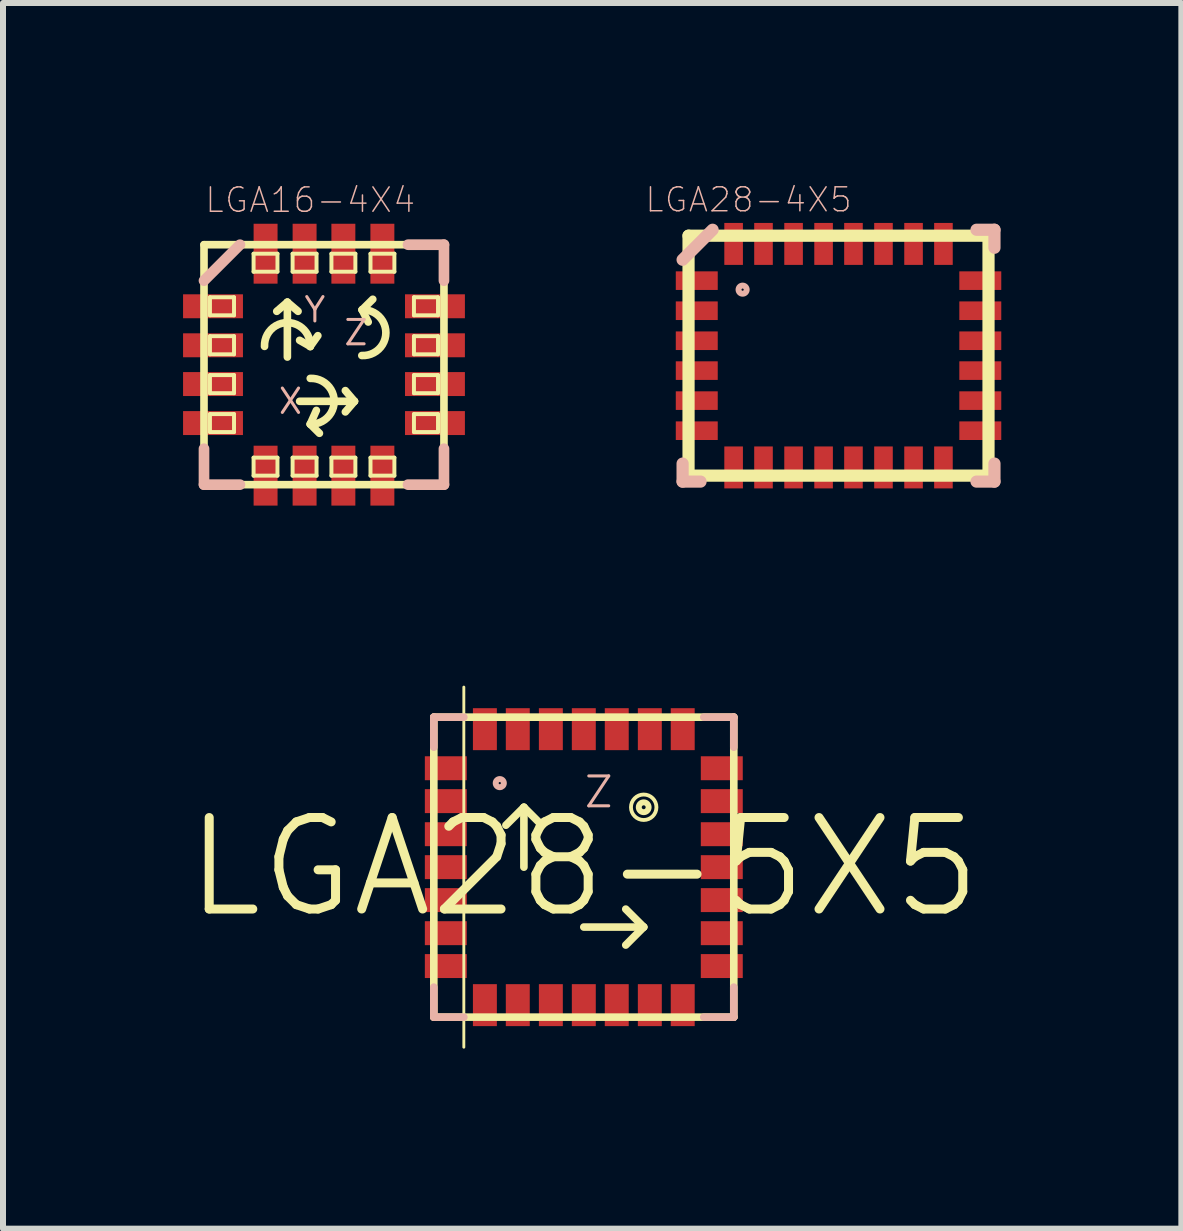
<source format=kicad_pcb>
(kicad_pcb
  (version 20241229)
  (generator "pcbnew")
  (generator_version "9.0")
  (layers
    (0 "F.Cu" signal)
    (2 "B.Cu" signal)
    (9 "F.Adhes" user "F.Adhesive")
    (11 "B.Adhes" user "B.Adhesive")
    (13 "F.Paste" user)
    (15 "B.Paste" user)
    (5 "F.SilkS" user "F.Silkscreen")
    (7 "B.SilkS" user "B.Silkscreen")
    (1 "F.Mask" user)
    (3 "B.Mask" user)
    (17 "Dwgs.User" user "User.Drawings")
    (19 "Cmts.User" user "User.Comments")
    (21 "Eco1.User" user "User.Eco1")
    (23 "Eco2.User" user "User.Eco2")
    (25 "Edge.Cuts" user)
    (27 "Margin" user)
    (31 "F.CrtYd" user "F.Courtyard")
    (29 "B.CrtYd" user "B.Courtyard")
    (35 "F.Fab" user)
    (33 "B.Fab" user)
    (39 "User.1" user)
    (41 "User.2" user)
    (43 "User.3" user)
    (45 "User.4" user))
  (footprint "LGA28-4X5"
    (layer "F.Cu")
    (at 10.921 2.876)
    (property "Reference" "LGA28-4X5" (at -1.499 -2.598 0) (layer "B.SilkS") (effects (font (size 0.399 0.399) (thickness 0.025))))
    (attr smd)
    (fp_line (start -2.499 -1.999) (end 2.499 -1.999) (stroke (width 0.203) (type solid)) (layer "F.SilkS"))
    (fp_line (start -2.499 1.999) (end -2.499 -1.999) (stroke (width 0.203) (type solid)) (layer "F.SilkS"))
    (fp_line (start 2.499 -1.999) (end 2.499 1.999) (stroke (width 0.203) (type solid)) (layer "F.SilkS"))
    (fp_line (start 2.499 1.999) (end -2.499 1.999) (stroke (width 0.203) (type solid)) (layer "F.SilkS"))
    (fp_line (start -2.598 -1.598) (end -2.098 -2.098) (stroke (width 0.203) (type solid)) (layer "B.SilkS"))
    (fp_line (start -2.598 1.798) (end -2.598 2.098) (stroke (width 0.203) (type solid)) (layer "B.SilkS"))
    (fp_line (start -2.598 2.098) (end -2.299 2.098) (stroke (width 0.203) (type solid)) (layer "B.SilkS"))
    (fp_line (start 2.299 2.098) (end 2.598 2.098) (stroke (width 0.203) (type solid)) (layer "B.SilkS"))
    (fp_line (start 2.598 -2.098) (end 2.299 -2.098) (stroke (width 0.203) (type solid)) (layer "B.SilkS"))
    (fp_line (start 2.598 -1.798) (end 2.598 -2.098) (stroke (width 0.203) (type solid)) (layer "B.SilkS"))
    (fp_line (start 2.598 2.098) (end 2.598 1.798) (stroke (width 0.203) (type solid)) (layer "B.SilkS"))
    (fp_circle (center -1.598 -1.1) (end -1.646 -1.148) (stroke (width 0.099) (type solid)) (fill no) (layer "B.SilkS"))
    (pad "1" smd rect (at -2.362 -1.25) (size 0.699 0.31) (layers "F.Cu" "F.Mask" "F.Paste"))
    (pad "2" smd rect (at -2.362 -0.749) (size 0.699 0.31) (layers "F.Cu" "F.Mask" "F.Paste"))
    (pad "3" smd rect (at -2.362 -0.249) (size 0.699 0.31) (layers "F.Cu" "F.Mask" "F.Paste"))
    (pad "4" smd rect (at -2.362 0.249) (size 0.699 0.31) (layers "F.Cu" "F.Mask" "F.Paste"))
    (pad "5" smd rect (at -2.362 0.749) (size 0.699 0.31) (layers "F.Cu" "F.Mask" "F.Paste"))
    (pad "6" smd rect (at -2.362 1.25) (size 0.699 0.31) (layers "F.Cu" "F.Mask" "F.Paste"))
    (pad "7" smd rect (at -1.748 1.862) (size 0.31 0.699) (layers "F.Cu" "F.Mask" "F.Paste"))
    (pad "8" smd rect (at -1.25 1.862) (size 0.31 0.699) (layers "F.Cu" "F.Mask" "F.Paste"))
    (pad "9" smd rect (at -0.749 1.862) (size 0.31 0.699) (layers "F.Cu" "F.Mask" "F.Paste"))
    (pad "10" smd rect (at -0.249 1.862) (size 0.31 0.699) (layers "F.Cu" "F.Mask" "F.Paste"))
    (pad "11" smd rect (at 0.249 1.862) (size 0.31 0.699) (layers "F.Cu" "F.Mask" "F.Paste"))
    (pad "12" smd rect (at 0.749 1.862) (size 0.31 0.699) (layers "F.Cu" "F.Mask" "F.Paste"))
    (pad "13" smd rect (at 1.25 1.862) (size 0.31 0.699) (layers "F.Cu" "F.Mask" "F.Paste"))
    (pad "14" smd rect (at 1.748 1.862) (size 0.31 0.699) (layers "F.Cu" "F.Mask" "F.Paste"))
    (pad "15" smd rect (at 2.362 1.25) (size 0.699 0.31) (layers "F.Cu" "F.Mask" "F.Paste"))
    (pad "16" smd rect (at 2.362 0.749) (size 0.699 0.31) (layers "F.Cu" "F.Mask" "F.Paste"))
    (pad "17" smd rect (at 2.362 0.249) (size 0.699 0.31) (layers "F.Cu" "F.Mask" "F.Paste"))
    (pad "18" smd rect (at 2.362 -0.249) (size 0.699 0.31) (layers "F.Cu" "F.Mask" "F.Paste"))
    (pad "19" smd rect (at 2.362 -0.749) (size 0.699 0.31) (layers "F.Cu" "F.Mask" "F.Paste"))
    (pad "20" smd rect (at 2.362 -1.25) (size 0.699 0.31) (layers "F.Cu" "F.Mask" "F.Paste"))
    (pad "21" smd rect (at 1.748 -1.862) (size 0.31 0.699) (layers "F.Cu" "F.Mask" "F.Paste"))
    (pad "22" smd rect (at 1.25 -1.862) (size 0.31 0.699) (layers "F.Cu" "F.Mask" "F.Paste"))
    (pad "23" smd rect (at 0.749 -1.862) (size 0.31 0.699) (layers "F.Cu" "F.Mask" "F.Paste"))
    (pad "24" smd rect (at 0.249 -1.862) (size 0.31 0.699) (layers "F.Cu" "F.Mask" "F.Paste"))
    (pad "25" smd rect (at -0.249 -1.862) (size 0.31 0.699) (layers "F.Cu" "F.Mask" "F.Paste"))
    (pad "26" smd rect (at -0.749 -1.862) (size 0.31 0.699) (layers "F.Cu" "F.Mask" "F.Paste"))
    (pad "27" smd rect (at -1.25 -1.862) (size 0.31 0.699) (layers "F.Cu" "F.Mask" "F.Paste"))
    (pad "28" smd rect (at -1.748 -1.862) (size 0.31 0.699) (layers "F.Cu" "F.Mask" "F.Paste")))
  (footprint "LGA16-4X4"
    (layer "F.Cu")
    (at 2.348 3.026)
    (property "Reference" "LGA16-4X4" (at -0.229 -2.743 0) (layer "B.SilkS") (effects (font (size 0.406 0.406) (thickness 0.025))))
    (attr smd)
    (fp_line (start -1.999 -1.999) (end 1.999 -1.999) (stroke (width 0.127) (type solid)) (layer "F.SilkS"))
    (fp_line (start -1.999 1.999) (end -1.999 -1.999) (stroke (width 0.127) (type solid)) (layer "F.SilkS"))
    (fp_line (start -1.9 -1.123) (end -1.499 -1.123) (stroke (width 0.066) (type solid)) (layer "F.SilkS"))
    (fp_line (start -1.9 -0.823) (end -1.9 -1.123) (stroke (width 0.066) (type solid)) (layer "F.SilkS"))
    (fp_line (start -1.9 -0.823) (end -1.499 -0.823) (stroke (width 0.066) (type solid)) (layer "F.SilkS"))
    (fp_line (start -1.9 -0.475) (end -1.499 -0.475) (stroke (width 0.066) (type solid)) (layer "F.SilkS"))
    (fp_line (start -1.9 -0.173) (end -1.9 -0.475) (stroke (width 0.066) (type solid)) (layer "F.SilkS"))
    (fp_line (start -1.9 -0.173) (end -1.499 -0.173) (stroke (width 0.066) (type solid)) (layer "F.SilkS"))
    (fp_line (start -1.9 0.173) (end -1.499 0.173) (stroke (width 0.066) (type solid)) (layer "F.SilkS"))
    (fp_line (start -1.9 0.475) (end -1.9 0.173) (stroke (width 0.066) (type solid)) (layer "F.SilkS"))
    (fp_line (start -1.9 0.475) (end -1.499 0.475) (stroke (width 0.066) (type solid)) (layer "F.SilkS"))
    (fp_line (start -1.9 0.823) (end -1.499 0.823) (stroke (width 0.066) (type solid)) (layer "F.SilkS"))
    (fp_line (start -1.9 1.123) (end -1.9 0.823) (stroke (width 0.066) (type solid)) (layer "F.SilkS"))
    (fp_line (start -1.9 1.123) (end -1.499 1.123) (stroke (width 0.066) (type solid)) (layer "F.SilkS"))
    (fp_line (start -1.499 -0.823) (end -1.499 -1.123) (stroke (width 0.066) (type solid)) (layer "F.SilkS"))
    (fp_line (start -1.499 -0.173) (end -1.499 -0.475) (stroke (width 0.066) (type solid)) (layer "F.SilkS"))
    (fp_line (start -1.499 0.475) (end -1.499 0.173) (stroke (width 0.066) (type solid)) (layer "F.SilkS"))
    (fp_line (start -1.499 1.123) (end -1.499 0.823) (stroke (width 0.066) (type solid)) (layer "F.SilkS"))
    (fp_line (start -1.173 -1.849) (end -0.775 -1.849) (stroke (width 0.066) (type solid)) (layer "F.SilkS"))
    (fp_line (start -1.173 -1.549) (end -1.173 -1.849) (stroke (width 0.066) (type solid)) (layer "F.SilkS"))
    (fp_line (start -1.173 -1.549) (end -0.775 -1.549) (stroke (width 0.066) (type solid)) (layer "F.SilkS"))
    (fp_line (start -1.173 1.549) (end -0.775 1.549) (stroke (width 0.066) (type solid)) (layer "F.SilkS"))
    (fp_line (start -1.173 1.849) (end -1.173 1.549) (stroke (width 0.066) (type solid)) (layer "F.SilkS"))
    (fp_line (start -1.173 1.849) (end -0.775 1.849) (stroke (width 0.066) (type solid)) (layer "F.SilkS"))
    (fp_line (start -0.775 -1.549) (end -0.775 -1.849) (stroke (width 0.066) (type solid)) (layer "F.SilkS"))
    (fp_line (start -0.775 1.849) (end -0.775 1.549) (stroke (width 0.066) (type solid)) (layer "F.SilkS"))
    (fp_line (start -0.61 -1.041) (end -0.787 -0.889) (stroke (width 0.127) (type solid)) (layer "F.SilkS"))
    (fp_line (start -0.61 -1.041) (end -0.61 -0.127) (stroke (width 0.127) (type solid)) (layer "F.SilkS"))
    (fp_line (start -0.61 -1.041) (end -0.432 -0.889) (stroke (width 0.127) (type solid)) (layer "F.SilkS"))
    (fp_line (start -0.523 -1.849) (end -0.124 -1.849) (stroke (width 0.066) (type solid)) (layer "F.SilkS"))
    (fp_line (start -0.523 -1.549) (end -0.523 -1.849) (stroke (width 0.066) (type solid)) (layer "F.SilkS"))
    (fp_line (start -0.523 -1.549) (end -0.124 -1.549) (stroke (width 0.066) (type solid)) (layer "F.SilkS"))
    (fp_line (start -0.523 1.549) (end -0.124 1.549) (stroke (width 0.066) (type solid)) (layer "F.SilkS"))
    (fp_line (start -0.523 1.849) (end -0.523 1.549) (stroke (width 0.066) (type solid)) (layer "F.SilkS"))
    (fp_line (start -0.523 1.849) (end -0.124 1.849) (stroke (width 0.066) (type solid)) (layer "F.SilkS"))
    (fp_line (start -0.229 -0.305) (end -0.406 -0.406) (stroke (width 0.127) (type solid)) (layer "F.SilkS"))
    (fp_line (start -0.229 -0.305) (end -0.102 -0.483) (stroke (width 0.127) (type solid)) (layer "F.SilkS"))
    (fp_line (start -0.229 0.991) (end -0.127 0.762) (stroke (width 0.127) (type solid)) (layer "F.SilkS"))
    (fp_line (start -0.229 0.991) (end -0.076 1.143) (stroke (width 0.127) (type solid)) (layer "F.SilkS"))
    (fp_line (start -0.124 -1.549) (end -0.124 -1.849) (stroke (width 0.066) (type solid)) (layer "F.SilkS"))
    (fp_line (start -0.124 1.849) (end -0.124 1.549) (stroke (width 0.066) (type solid)) (layer "F.SilkS"))
    (fp_line (start 0.124 -1.849) (end 0.523 -1.849) (stroke (width 0.066) (type solid)) (layer "F.SilkS"))
    (fp_line (start 0.124 -1.549) (end 0.124 -1.849) (stroke (width 0.066) (type solid)) (layer "F.SilkS"))
    (fp_line (start 0.124 -1.549) (end 0.523 -1.549) (stroke (width 0.066) (type solid)) (layer "F.SilkS"))
    (fp_line (start 0.124 1.549) (end 0.523 1.549) (stroke (width 0.066) (type solid)) (layer "F.SilkS"))
    (fp_line (start 0.124 1.849) (end 0.124 1.549) (stroke (width 0.066) (type solid)) (layer "F.SilkS"))
    (fp_line (start 0.124 1.849) (end 0.523 1.849) (stroke (width 0.066) (type solid)) (layer "F.SilkS"))
    (fp_line (start 0.508 0.61) (end -0.406 0.61) (stroke (width 0.127) (type solid)) (layer "F.SilkS"))
    (fp_line (start 0.508 0.61) (end 0.356 0.432) (stroke (width 0.127) (type solid)) (layer "F.SilkS"))
    (fp_line (start 0.508 0.61) (end 0.356 0.787) (stroke (width 0.127) (type solid)) (layer "F.SilkS"))
    (fp_line (start 0.523 -1.549) (end 0.523 -1.849) (stroke (width 0.066) (type solid)) (layer "F.SilkS"))
    (fp_line (start 0.523 1.849) (end 0.523 1.549) (stroke (width 0.066) (type solid)) (layer "F.SilkS"))
    (fp_line (start 0.635 -0.914) (end 0.737 -0.711) (stroke (width 0.127) (type solid)) (layer "F.SilkS"))
    (fp_line (start 0.635 -0.914) (end 0.813 -1.09) (stroke (width 0.127) (type solid)) (layer "F.SilkS"))
    (fp_line (start 0.775 -1.849) (end 1.173 -1.849) (stroke (width 0.066) (type solid)) (layer "F.SilkS"))
    (fp_line (start 0.775 -1.549) (end 0.775 -1.849) (stroke (width 0.066) (type solid)) (layer "F.SilkS"))
    (fp_line (start 0.775 -1.549) (end 1.173 -1.549) (stroke (width 0.066) (type solid)) (layer "F.SilkS"))
    (fp_line (start 0.775 1.549) (end 1.173 1.549) (stroke (width 0.066) (type solid)) (layer "F.SilkS"))
    (fp_line (start 0.775 1.849) (end 0.775 1.549) (stroke (width 0.066) (type solid)) (layer "F.SilkS"))
    (fp_line (start 0.775 1.849) (end 1.173 1.849) (stroke (width 0.066) (type solid)) (layer "F.SilkS"))
    (fp_line (start 1.173 -1.549) (end 1.173 -1.849) (stroke (width 0.066) (type solid)) (layer "F.SilkS"))
    (fp_line (start 1.173 1.849) (end 1.173 1.549) (stroke (width 0.066) (type solid)) (layer "F.SilkS"))
    (fp_line (start 1.499 -1.123) (end 1.9 -1.123) (stroke (width 0.066) (type solid)) (layer "F.SilkS"))
    (fp_line (start 1.499 -0.823) (end 1.499 -1.123) (stroke (width 0.066) (type solid)) (layer "F.SilkS"))
    (fp_line (start 1.499 -0.823) (end 1.9 -0.823) (stroke (width 0.066) (type solid)) (layer "F.SilkS"))
    (fp_line (start 1.499 -0.475) (end 1.9 -0.475) (stroke (width 0.066) (type solid)) (layer "F.SilkS"))
    (fp_line (start 1.499 -0.173) (end 1.499 -0.475) (stroke (width 0.066) (type solid)) (layer "F.SilkS"))
    (fp_line (start 1.499 -0.173) (end 1.9 -0.173) (stroke (width 0.066) (type solid)) (layer "F.SilkS"))
    (fp_line (start 1.499 0.173) (end 1.9 0.173) (stroke (width 0.066) (type solid)) (layer "F.SilkS"))
    (fp_line (start 1.499 0.475) (end 1.499 0.173) (stroke (width 0.066) (type solid)) (layer "F.SilkS"))
    (fp_line (start 1.499 0.475) (end 1.9 0.475) (stroke (width 0.066) (type solid)) (layer "F.SilkS"))
    (fp_line (start 1.499 0.823) (end 1.9 0.823) (stroke (width 0.066) (type solid)) (layer "F.SilkS"))
    (fp_line (start 1.499 1.123) (end 1.499 0.823) (stroke (width 0.066) (type solid)) (layer "F.SilkS"))
    (fp_line (start 1.499 1.123) (end 1.9 1.123) (stroke (width 0.066) (type solid)) (layer "F.SilkS"))
    (fp_line (start 1.9 -0.823) (end 1.9 -1.123) (stroke (width 0.066) (type solid)) (layer "F.SilkS"))
    (fp_line (start 1.9 -0.173) (end 1.9 -0.475) (stroke (width 0.066) (type solid)) (layer "F.SilkS"))
    (fp_line (start 1.9 0.475) (end 1.9 0.173) (stroke (width 0.066) (type solid)) (layer "F.SilkS"))
    (fp_line (start 1.9 1.123) (end 1.9 0.823) (stroke (width 0.066) (type solid)) (layer "F.SilkS"))
    (fp_line (start 1.999 -1.999) (end 1.999 1.999) (stroke (width 0.127) (type solid)) (layer "F.SilkS"))
    (fp_line (start 1.999 1.999) (end -1.999 1.999) (stroke (width 0.127) (type solid)) (layer "F.SilkS"))
    (fp_arc (start -0.9906 -0.3048) (mid -0.607208 -0.701337) (end -0.228821 -0.300022) (stroke (width 0.127) (type solid)) (layer "F.SilkS"))
    (fp_arc (start -0.2286 0.2286) (mid 0.170595 0.609454) (end -0.228309 0.990613) (stroke (width 0.127) (type solid)) (layer "F.SilkS"))
    (fp_arc (start 0.635 -0.9144) (mid 1.031537 -0.531008) (end 0.630222 -0.152621) (stroke (width 0.127) (type solid)) (layer "F.SilkS"))
    (fp_line (start -1.999 -1.4) (end -1.4 -1.999) (stroke (width 0.178) (type solid)) (layer "B.SilkS"))
    (fp_line (start -1.999 1.999) (end -1.999 1.4) (stroke (width 0.178) (type solid)) (layer "B.SilkS"))
    (fp_line (start -1.999 1.999) (end -1.4 1.999) (stroke (width 0.178) (type solid)) (layer "B.SilkS"))
    (fp_line (start 1.999 -1.999) (end 1.4 -1.999) (stroke (width 0.178) (type solid)) (layer "B.SilkS"))
    (fp_line (start 1.999 -1.999) (end 1.999 -1.4) (stroke (width 0.178) (type solid)) (layer "B.SilkS"))
    (fp_line (start 1.999 1.999) (end 1.4 1.999) (stroke (width 0.178) (type solid)) (layer "B.SilkS"))
    (fp_line (start 1.999 1.999) (end 1.999 1.4) (stroke (width 0.178) (type solid)) (layer "B.SilkS"))
    (fp_text user "Y" (at -0.152 -0.914 0) (layer "B.SilkS") (effects (font (size 0.406 0.406) (thickness 0.051))))
    (fp_text user "Z" (at 0.533 -0.533 0) (layer "B.SilkS") (effects (font (size 0.406 0.406) (thickness 0.051))))
    (fp_text user "X" (at -0.559 0.61 0) (layer "B.SilkS") (effects (font (size 0.406 0.406) (thickness 0.051))))
    (pad "1" smd rect (at -1.849 -0.973 180) (size 0.998 0.399) (layers "F.Cu" "F.Mask" "F.Paste"))
    (pad "2" smd rect (at -1.849 -0.323 180) (size 0.998 0.399) (layers "F.Cu" "F.Mask" "F.Paste"))
    (pad "3" smd rect (at -1.849 0.323 180) (size 0.998 0.399) (layers "F.Cu" "F.Mask" "F.Paste"))
    (pad "4" smd rect (at -1.849 0.973 180) (size 0.998 0.399) (layers "F.Cu" "F.Mask" "F.Paste"))
    (pad "5" smd rect (at -0.973 1.849 270) (size 0.998 0.399) (layers "F.Cu" "F.Mask" "F.Paste"))
    (pad "6" smd rect (at -0.323 1.849 270) (size 0.998 0.399) (layers "F.Cu" "F.Mask" "F.Paste"))
    (pad "7" smd rect (at 0.323 1.849 270) (size 0.998 0.399) (layers "F.Cu" "F.Mask" "F.Paste"))
    (pad "8" smd rect (at 0.973 1.849 270) (size 0.998 0.399) (layers "F.Cu" "F.Mask" "F.Paste"))
    (pad "9" smd rect (at 1.849 0.973) (size 0.998 0.399) (layers "F.Cu" "F.Mask" "F.Paste"))
    (pad "10" smd rect (at 1.849 0.323) (size 0.998 0.399) (layers "F.Cu" "F.Mask" "F.Paste"))
    (pad "11" smd rect (at 1.849 -0.323) (size 0.998 0.399) (layers "F.Cu" "F.Mask" "F.Paste"))
    (pad "12" smd rect (at 1.849 -0.973) (size 0.998 0.399) (layers "F.Cu" "F.Mask" "F.Paste"))
    (pad "13" smd rect (at 0.973 -1.849 90) (size 0.998 0.399) (layers "F.Cu" "F.Mask" "F.Paste"))
    (pad "14" smd rect (at 0.323 -1.849 90) (size 0.998 0.399) (layers "F.Cu" "F.Mask" "F.Paste"))
    (pad "15" smd rect (at -0.323 -1.849 90) (size 0.998 0.399) (layers "F.Cu" "F.Mask" "F.Paste"))
    (pad "16" smd rect (at -0.973 -1.849 90) (size 0.998 0.399) (layers "F.Cu" "F.Mask" "F.Paste")))
  (footprint "LGA28-5X5"
    (layer "F.Cu")
    (at 6.677 11.398)
    (property "Reference" "LGA28-5X5" (at 0 0 0) (layer "F.SilkS") (effects (font (size 1.524 1.524) (thickness 0.15))))
    (attr smd)
    (fp_line (start -2.499 -2.499) (end 2.499 -2.499) (stroke (width 0.127) (type solid)) (layer "F.SilkS"))
    (fp_line (start -2.499 2.499) (end -2.499 -2.499) (stroke (width 0.127) (type solid)) (layer "F.SilkS"))
    (fp_line (start -1.999 -3) (end -1.999 3) (stroke (width 0.048) (type solid)) (layer "F.SilkS"))
    (fp_line (start -0.998 -0.998) (end -1.298 -0.699) (stroke (width 0.127) (type solid)) (layer "F.SilkS"))
    (fp_line (start -0.998 -0.998) (end -0.699 -0.699) (stroke (width 0.127) (type solid)) (layer "F.SilkS"))
    (fp_line (start -0.998 0) (end -0.998 -0.998) (stroke (width 0.127) (type solid)) (layer "F.SilkS"))
    (fp_line (start 0 0.998) (end 0.998 0.998) (stroke (width 0.127) (type solid)) (layer "F.SilkS"))
    (fp_line (start 0.998 0.998) (end 0.699 0.699) (stroke (width 0.127) (type solid)) (layer "F.SilkS"))
    (fp_line (start 0.998 0.998) (end 0.699 1.298) (stroke (width 0.127) (type solid)) (layer "F.SilkS"))
    (fp_line (start 2.499 -2.499) (end 2.499 2.499) (stroke (width 0.127) (type solid)) (layer "F.SilkS"))
    (fp_line (start 2.499 2.499) (end -2.499 2.499) (stroke (width 0.127) (type solid)) (layer "F.SilkS"))
    (fp_circle (center 0.998 -0.998) (end 1.021 -1.021) (stroke (width 0.099) (type solid)) (fill no) (layer "F.SilkS"))
    (fp_circle (center 0.998 -0.998) (end 1.148 -1.148) (stroke (width 0.064) (type solid)) (fill no) (layer "F.SilkS"))
    (fp_line (start -2.499 -2.499) (end -2.499 -1.999) (stroke (width 0.127) (type solid)) (layer "B.SilkS"))
    (fp_line (start -2.499 1.999) (end -2.499 2.499) (stroke (width 0.127) (type solid)) (layer "B.SilkS"))
    (fp_line (start -2.499 2.499) (end -1.999 2.499) (stroke (width 0.127) (type solid)) (layer "B.SilkS"))
    (fp_line (start -1.999 -2.499) (end -2.499 -2.499) (stroke (width 0.127) (type solid)) (layer "B.SilkS"))
    (fp_line (start 1.999 2.499) (end 2.499 2.499) (stroke (width 0.127) (type solid)) (layer "B.SilkS"))
    (fp_line (start 2.499 -2.499) (end 1.999 -2.499) (stroke (width 0.127) (type solid)) (layer "B.SilkS"))
    (fp_line (start 2.499 -1.999) (end 2.499 -2.499) (stroke (width 0.127) (type solid)) (layer "B.SilkS"))
    (fp_line (start 2.499 2.499) (end 2.499 1.999) (stroke (width 0.127) (type solid)) (layer "B.SilkS"))
    (fp_circle (center -1.4 -1.4) (end -1.448 -1.448) (stroke (width 0.099) (type solid)) (fill no) (layer "B.SilkS"))
    (fp_text user "Z" (at 0.249 -1.25 0) (layer "B.SilkS") (effects (font (size 0.498 0.498) (thickness 0.051))))
    (pad "1" smd rect (at -2.299 -1.648) (size 0.699 0.399) (layers "F.Cu" "F.Mask" "F.Paste"))
    (pad "2" smd rect (at -2.299 -1.1 180) (size 0.699 0.399) (layers "F.Cu" "F.Mask" "F.Paste"))
    (pad "3" smd rect (at -2.299 -0.549) (size 0.699 0.399) (layers "F.Cu" "F.Mask" "F.Paste"))
    (pad "4" smd rect (at -2.299 0) (size 0.699 0.399) (layers "F.Cu" "F.Mask" "F.Paste"))
    (pad "5" smd rect (at -2.299 0.549) (size 0.699 0.399) (layers "F.Cu" "F.Mask" "F.Paste"))
    (pad "6" smd rect (at -2.299 1.1) (size 0.699 0.399) (layers "F.Cu" "F.Mask" "F.Paste"))
    (pad "7" smd rect (at -2.299 1.648) (size 0.699 0.399) (layers "F.Cu" "F.Mask" "F.Paste"))
    (pad "8" smd rect (at -1.648 2.299 90) (size 0.699 0.399) (layers "F.Cu" "F.Mask" "F.Paste"))
    (pad "9" smd rect (at -1.1 2.299 270) (size 0.699 0.399) (layers "F.Cu" "F.Mask" "F.Paste"))
    (pad "10" smd rect (at -0.549 2.299 90) (size 0.699 0.399) (layers "F.Cu" "F.Mask" "F.Paste"))
    (pad "11" smd rect (at 0 2.299 90) (size 0.699 0.399) (layers "F.Cu" "F.Mask" "F.Paste"))
    (pad "12" smd rect (at 0.549 2.299 90) (size 0.699 0.399) (layers "F.Cu" "F.Mask" "F.Paste"))
    (pad "13" smd rect (at 1.1 2.299 90) (size 0.699 0.399) (layers "F.Cu" "F.Mask" "F.Paste"))
    (pad "14" smd rect (at 1.648 2.299 90) (size 0.699 0.399) (layers "F.Cu" "F.Mask" "F.Paste"))
    (pad "15" smd rect (at 2.299 1.648 180) (size 0.699 0.399) (layers "F.Cu" "F.Mask" "F.Paste"))
    (pad "16" smd rect (at 2.299 1.1) (size 0.699 0.399) (layers "F.Cu" "F.Mask" "F.Paste"))
    (pad "17" smd rect (at 2.299 0.549 180) (size 0.699 0.399) (layers "F.Cu" "F.Mask" "F.Paste"))
    (pad "18" smd rect (at 2.299 0 180) (size 0.699 0.399) (layers "F.Cu" "F.Mask" "F.Paste"))
    (pad "19" smd rect (at 2.299 -0.549 180) (size 0.699 0.399) (layers "F.Cu" "F.Mask" "F.Paste"))
    (pad "20" smd rect (at 2.299 -1.1 180) (size 0.699 0.399) (layers "F.Cu" "F.Mask" "F.Paste"))
    (pad "21" smd rect (at 2.299 -1.648 180) (size 0.699 0.399) (layers "F.Cu" "F.Mask" "F.Paste"))
    (pad "22" smd rect (at 1.648 -2.299 270) (size 0.699 0.399) (layers "F.Cu" "F.Mask" "F.Paste"))
    (pad "23" smd rect (at 1.1 -2.299 90) (size 0.699 0.399) (layers "F.Cu" "F.Mask" "F.Paste"))
    (pad "24" smd rect (at 0.549 -2.299 270) (size 0.699 0.399) (layers "F.Cu" "F.Mask" "F.Paste"))
    (pad "25" smd rect (at 0 -2.299 270) (size 0.699 0.399) (layers "F.Cu" "F.Mask" "F.Paste"))
    (pad "26" smd rect (at -0.549 -2.299 270) (size 0.699 0.399) (layers "F.Cu" "F.Mask" "F.Paste"))
    (pad "27" smd rect (at -1.1 -2.299 270) (size 0.699 0.399) (layers "F.Cu" "F.Mask" "F.Paste"))
    (pad "28" smd rect (at -1.648 -2.299 270) (size 0.699 0.399) (layers "F.Cu" "F.Mask" "F.Paste")))
  (gr_rect
    (start -3 -3)
    (end 16.633 17.421)
    (stroke (width 0.1) (type default))
    (fill no)
    (layer "Edge.Cuts")))
</source>
